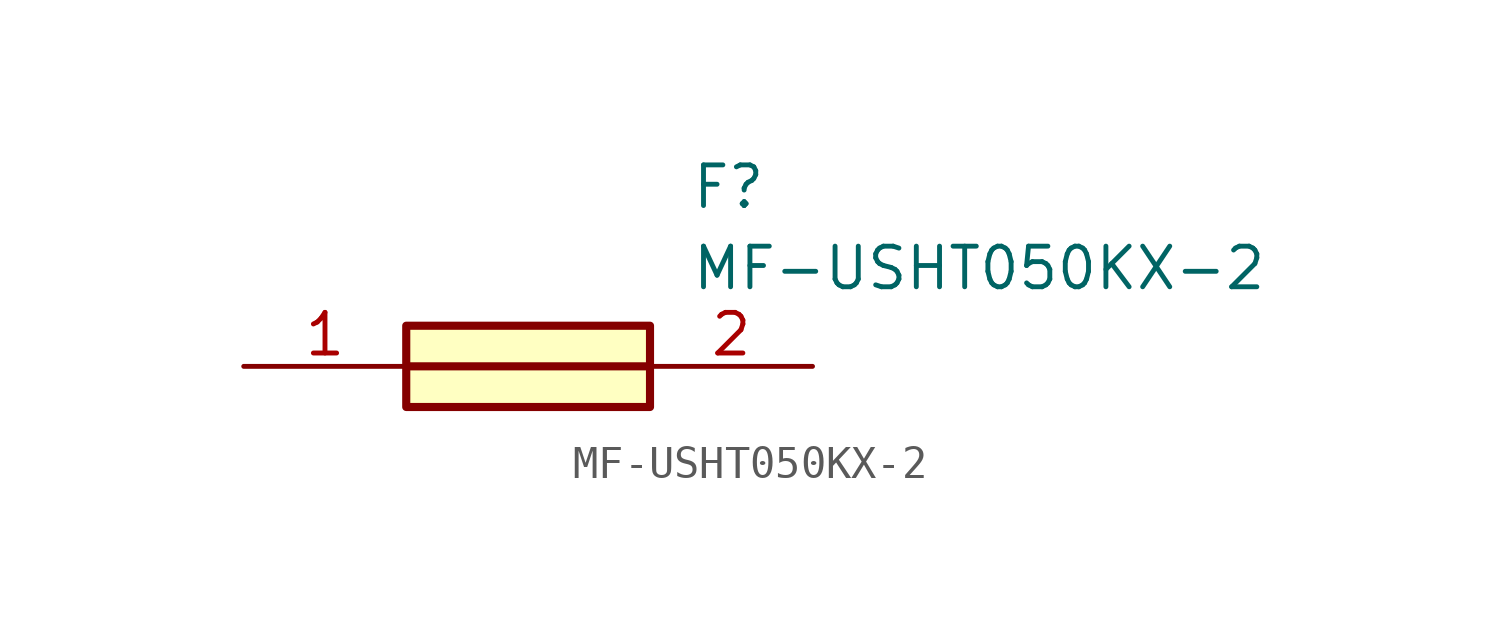
<source format=kicad_sym>
(kicad_symbol_lib
  (version 20211014)
  (generator SamacSys_ECAD_Model)
  (symbol "MF-USHT050KX-2"
    (pin_names hide)
    (property "Reference" "F"
      (at 13.97 6.35 0)
      (effects (font (size 1.27 1.27)) (justify left top)))
    (property "Value" "MF-USHT050KX-2"
      (at 13.97 3.81 0)
      (effects (font (size 1.27 1.27)) (justify left top)))
    (rectangle
      (start 5.08 1.27)
      (end 12.7 -1.27)
      (stroke (width 0.254) (type default))
      (fill (type background)))
    (polyline
      (pts (xy 5.08 0) (xy 12.7 0))
      (stroke (width 0.254) (type default))
      (fill (type none)))
    (pin passive line
      (at 0 0 0)
      (length 5.08)
      (name "1" (effects (font (size 1.27 1.27))))
      (number "1" (effects (font (size 1.27 1.27)))))
    (pin passive line
      (at 17.78 0 180)
      (length 5.08)
      (name "2" (effects (font (size 1.27 1.27))))
      (number "2" (effects (font (size 1.27 1.27)))))))
</source>
